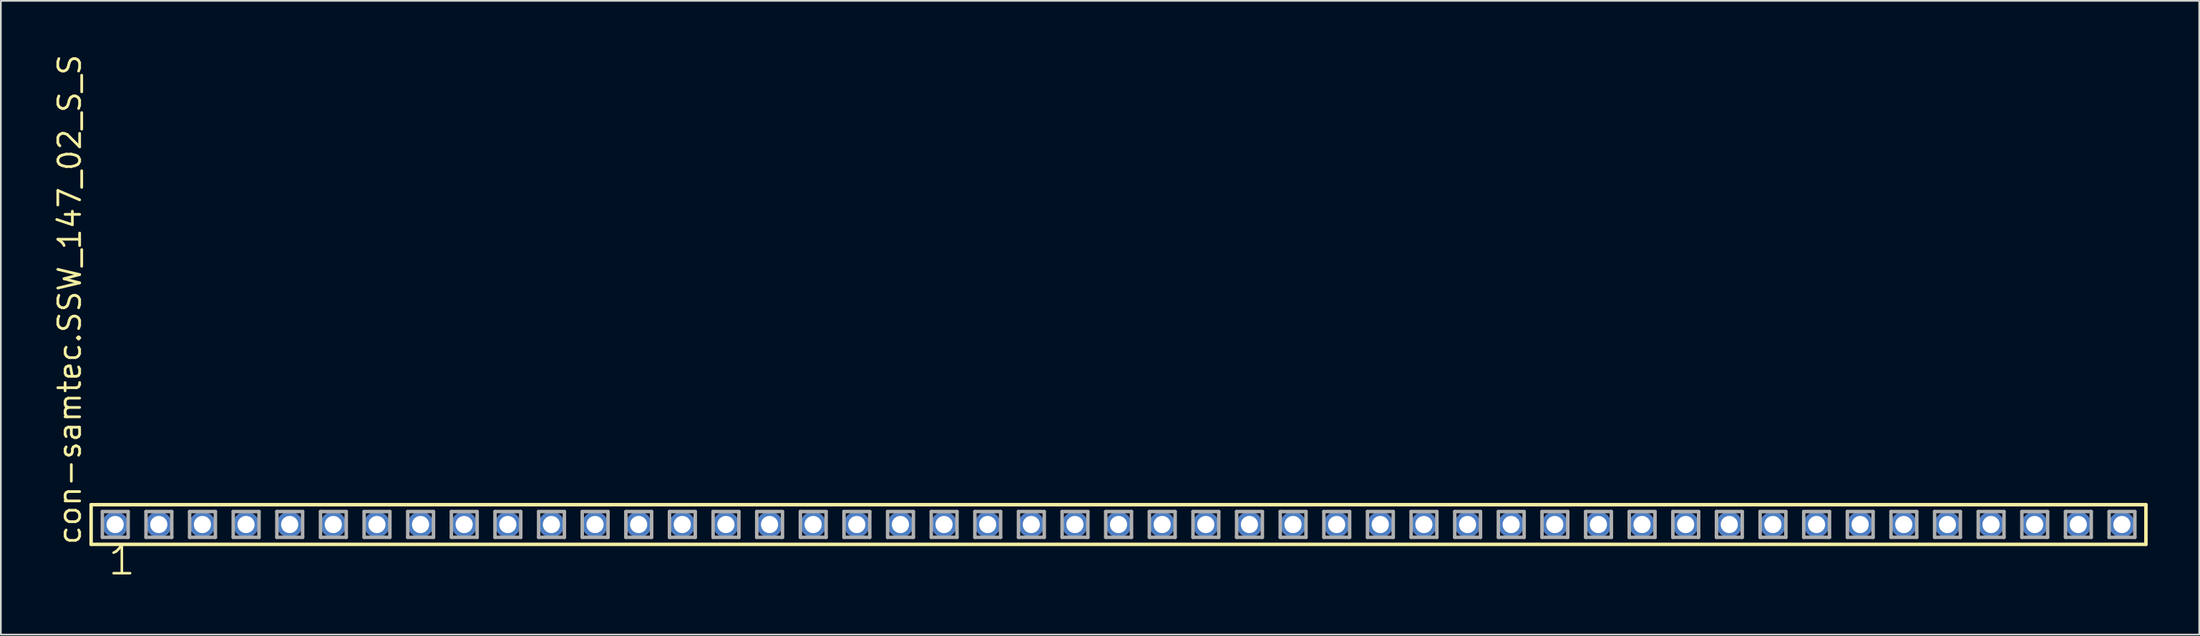
<source format=kicad_pcb>
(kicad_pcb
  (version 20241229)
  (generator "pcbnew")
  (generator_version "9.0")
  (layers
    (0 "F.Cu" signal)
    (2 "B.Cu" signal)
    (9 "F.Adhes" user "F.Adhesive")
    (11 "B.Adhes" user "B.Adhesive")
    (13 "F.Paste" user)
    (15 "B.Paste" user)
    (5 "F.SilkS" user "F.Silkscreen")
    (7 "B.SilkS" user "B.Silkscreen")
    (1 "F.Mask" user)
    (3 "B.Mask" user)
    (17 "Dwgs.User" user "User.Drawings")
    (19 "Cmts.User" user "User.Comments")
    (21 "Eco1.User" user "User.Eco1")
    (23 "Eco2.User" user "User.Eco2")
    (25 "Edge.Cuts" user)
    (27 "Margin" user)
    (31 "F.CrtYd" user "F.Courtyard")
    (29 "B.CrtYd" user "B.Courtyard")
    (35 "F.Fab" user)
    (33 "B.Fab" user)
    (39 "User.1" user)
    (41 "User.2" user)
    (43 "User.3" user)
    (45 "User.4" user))
  (footprint "con-samtec.SSW_147_02_S_S"
    (layer "F.Cu")
    (at 62.075 27.501)
    (property "Reference" "con-samtec.SSW_147_02_S_S" (at -60.325 1.27 90) (layer "F.SilkS") (effects (font (size 1.27 1.27) (thickness 0.16)) (justify left bottom)))
    (attr through_hole)
    (fp_line (start -59.819 -1.155) (end 59.819 -1.155) (stroke (width 0.203) (type default)) (layer "F.SilkS"))
    (fp_line (start -59.819 1.155) (end -59.819 -1.155) (stroke (width 0.203) (type default)) (layer "F.SilkS"))
    (fp_line (start 59.819 -1.155) (end 59.819 1.155) (stroke (width 0.203) (type default)) (layer "F.SilkS"))
    (fp_line (start 59.819 1.155) (end -59.819 1.155) (stroke (width 0.203) (type default)) (layer "F.SilkS"))
    (fp_line (start -59.165 -0.755) (end -57.665 -0.755) (stroke (width 0.203) (type default)) (layer "F.Fab"))
    (fp_line (start -59.165 0.745) (end -59.165 -0.755) (stroke (width 0.203) (type default)) (layer "F.Fab"))
    (fp_line (start -57.665 -0.755) (end -57.665 0.745) (stroke (width 0.203) (type default)) (layer "F.Fab"))
    (fp_line (start -57.665 0.745) (end -59.165 0.745) (stroke (width 0.203) (type default)) (layer "F.Fab"))
    (fp_line (start -56.625 -0.755) (end -55.125 -0.755) (stroke (width 0.203) (type default)) (layer "F.Fab"))
    (fp_line (start -56.625 0.745) (end -56.625 -0.755) (stroke (width 0.203) (type default)) (layer "F.Fab"))
    (fp_line (start -55.125 -0.755) (end -55.125 0.745) (stroke (width 0.203) (type default)) (layer "F.Fab"))
    (fp_line (start -55.125 0.745) (end -56.625 0.745) (stroke (width 0.203) (type default)) (layer "F.Fab"))
    (fp_line (start -54.085 -0.755) (end -52.585 -0.755) (stroke (width 0.203) (type default)) (layer "F.Fab"))
    (fp_line (start -54.085 0.745) (end -54.085 -0.755) (stroke (width 0.203) (type default)) (layer "F.Fab"))
    (fp_line (start -52.585 -0.755) (end -52.585 0.745) (stroke (width 0.203) (type default)) (layer "F.Fab"))
    (fp_line (start -52.585 0.745) (end -54.085 0.745) (stroke (width 0.203) (type default)) (layer "F.Fab"))
    (fp_line (start -51.545 -0.755) (end -50.045 -0.755) (stroke (width 0.203) (type default)) (layer "F.Fab"))
    (fp_line (start -51.545 0.745) (end -51.545 -0.755) (stroke (width 0.203) (type default)) (layer "F.Fab"))
    (fp_line (start -50.045 -0.755) (end -50.045 0.745) (stroke (width 0.203) (type default)) (layer "F.Fab"))
    (fp_line (start -50.045 0.745) (end -51.545 0.745) (stroke (width 0.203) (type default)) (layer "F.Fab"))
    (fp_line (start -49.005 -0.755) (end -47.505 -0.755) (stroke (width 0.203) (type default)) (layer "F.Fab"))
    (fp_line (start -49.005 0.745) (end -49.005 -0.755) (stroke (width 0.203) (type default)) (layer "F.Fab"))
    (fp_line (start -47.505 -0.755) (end -47.505 0.745) (stroke (width 0.203) (type default)) (layer "F.Fab"))
    (fp_line (start -47.505 0.745) (end -49.005 0.745) (stroke (width 0.203) (type default)) (layer "F.Fab"))
    (fp_line (start -46.465 -0.755) (end -44.965 -0.755) (stroke (width 0.203) (type default)) (layer "F.Fab"))
    (fp_line (start -46.465 0.745) (end -46.465 -0.755) (stroke (width 0.203) (type default)) (layer "F.Fab"))
    (fp_line (start -44.965 -0.755) (end -44.965 0.745) (stroke (width 0.203) (type default)) (layer "F.Fab"))
    (fp_line (start -44.965 0.745) (end -46.465 0.745) (stroke (width 0.203) (type default)) (layer "F.Fab"))
    (fp_line (start -43.925 -0.755) (end -42.425 -0.755) (stroke (width 0.203) (type default)) (layer "F.Fab"))
    (fp_line (start -43.925 0.745) (end -43.925 -0.755) (stroke (width 0.203) (type default)) (layer "F.Fab"))
    (fp_line (start -42.425 -0.755) (end -42.425 0.745) (stroke (width 0.203) (type default)) (layer "F.Fab"))
    (fp_line (start -42.425 0.745) (end -43.925 0.745) (stroke (width 0.203) (type default)) (layer "F.Fab"))
    (fp_line (start -41.385 -0.755) (end -39.885 -0.755) (stroke (width 0.203) (type default)) (layer "F.Fab"))
    (fp_line (start -41.385 0.745) (end -41.385 -0.755) (stroke (width 0.203) (type default)) (layer "F.Fab"))
    (fp_line (start -39.885 -0.755) (end -39.885 0.745) (stroke (width 0.203) (type default)) (layer "F.Fab"))
    (fp_line (start -39.885 0.745) (end -41.385 0.745) (stroke (width 0.203) (type default)) (layer "F.Fab"))
    (fp_line (start -38.845 -0.755) (end -37.345 -0.755) (stroke (width 0.203) (type default)) (layer "F.Fab"))
    (fp_line (start -38.845 0.745) (end -38.845 -0.755) (stroke (width 0.203) (type default)) (layer "F.Fab"))
    (fp_line (start -37.345 -0.755) (end -37.345 0.745) (stroke (width 0.203) (type default)) (layer "F.Fab"))
    (fp_line (start -37.345 0.745) (end -38.845 0.745) (stroke (width 0.203) (type default)) (layer "F.Fab"))
    (fp_line (start -36.305 -0.755) (end -34.805 -0.755) (stroke (width 0.203) (type default)) (layer "F.Fab"))
    (fp_line (start -36.305 0.745) (end -36.305 -0.755) (stroke (width 0.203) (type default)) (layer "F.Fab"))
    (fp_line (start -34.805 -0.755) (end -34.805 0.745) (stroke (width 0.203) (type default)) (layer "F.Fab"))
    (fp_line (start -34.805 0.745) (end -36.305 0.745) (stroke (width 0.203) (type default)) (layer "F.Fab"))
    (fp_line (start -33.765 -0.755) (end -32.265 -0.755) (stroke (width 0.203) (type default)) (layer "F.Fab"))
    (fp_line (start -33.765 0.745) (end -33.765 -0.755) (stroke (width 0.203) (type default)) (layer "F.Fab"))
    (fp_line (start -32.265 -0.755) (end -32.265 0.745) (stroke (width 0.203) (type default)) (layer "F.Fab"))
    (fp_line (start -32.265 0.745) (end -33.765 0.745) (stroke (width 0.203) (type default)) (layer "F.Fab"))
    (fp_line (start -31.225 -0.755) (end -29.725 -0.755) (stroke (width 0.203) (type default)) (layer "F.Fab"))
    (fp_line (start -31.225 0.745) (end -31.225 -0.755) (stroke (width 0.203) (type default)) (layer "F.Fab"))
    (fp_line (start -29.725 -0.755) (end -29.725 0.745) (stroke (width 0.203) (type default)) (layer "F.Fab"))
    (fp_line (start -29.725 0.745) (end -31.225 0.745) (stroke (width 0.203) (type default)) (layer "F.Fab"))
    (fp_line (start -28.685 -0.755) (end -27.185 -0.755) (stroke (width 0.203) (type default)) (layer "F.Fab"))
    (fp_line (start -28.685 0.745) (end -28.685 -0.755) (stroke (width 0.203) (type default)) (layer "F.Fab"))
    (fp_line (start -27.185 -0.755) (end -27.185 0.745) (stroke (width 0.203) (type default)) (layer "F.Fab"))
    (fp_line (start -27.185 0.745) (end -28.685 0.745) (stroke (width 0.203) (type default)) (layer "F.Fab"))
    (fp_line (start -26.145 -0.755) (end -24.645 -0.755) (stroke (width 0.203) (type default)) (layer "F.Fab"))
    (fp_line (start -26.145 0.745) (end -26.145 -0.755) (stroke (width 0.203) (type default)) (layer "F.Fab"))
    (fp_line (start -24.645 -0.755) (end -24.645 0.745) (stroke (width 0.203) (type default)) (layer "F.Fab"))
    (fp_line (start -24.645 0.745) (end -26.145 0.745) (stroke (width 0.203) (type default)) (layer "F.Fab"))
    (fp_line (start -23.605 -0.755) (end -22.105 -0.755) (stroke (width 0.203) (type default)) (layer "F.Fab"))
    (fp_line (start -23.605 0.745) (end -23.605 -0.755) (stroke (width 0.203) (type default)) (layer "F.Fab"))
    (fp_line (start -22.105 -0.755) (end -22.105 0.745) (stroke (width 0.203) (type default)) (layer "F.Fab"))
    (fp_line (start -22.105 0.745) (end -23.605 0.745) (stroke (width 0.203) (type default)) (layer "F.Fab"))
    (fp_line (start -21.065 -0.755) (end -19.565 -0.755) (stroke (width 0.203) (type default)) (layer "F.Fab"))
    (fp_line (start -21.065 0.745) (end -21.065 -0.755) (stroke (width 0.203) (type default)) (layer "F.Fab"))
    (fp_line (start -19.565 -0.755) (end -19.565 0.745) (stroke (width 0.203) (type default)) (layer "F.Fab"))
    (fp_line (start -19.565 0.745) (end -21.065 0.745) (stroke (width 0.203) (type default)) (layer "F.Fab"))
    (fp_line (start -18.525 -0.755) (end -17.025 -0.755) (stroke (width 0.203) (type default)) (layer "F.Fab"))
    (fp_line (start -18.525 0.745) (end -18.525 -0.755) (stroke (width 0.203) (type default)) (layer "F.Fab"))
    (fp_line (start -17.025 -0.755) (end -17.025 0.745) (stroke (width 0.203) (type default)) (layer "F.Fab"))
    (fp_line (start -17.025 0.745) (end -18.525 0.745) (stroke (width 0.203) (type default)) (layer "F.Fab"))
    (fp_line (start -15.985 -0.755) (end -14.485 -0.755) (stroke (width 0.203) (type default)) (layer "F.Fab"))
    (fp_line (start -15.985 0.745) (end -15.985 -0.755) (stroke (width 0.203) (type default)) (layer "F.Fab"))
    (fp_line (start -14.485 -0.755) (end -14.485 0.745) (stroke (width 0.203) (type default)) (layer "F.Fab"))
    (fp_line (start -14.485 0.745) (end -15.985 0.745) (stroke (width 0.203) (type default)) (layer "F.Fab"))
    (fp_line (start -13.445 -0.755) (end -11.945 -0.755) (stroke (width 0.203) (type default)) (layer "F.Fab"))
    (fp_line (start -13.445 0.745) (end -13.445 -0.755) (stroke (width 0.203) (type default)) (layer "F.Fab"))
    (fp_line (start -11.945 -0.755) (end -11.945 0.745) (stroke (width 0.203) (type default)) (layer "F.Fab"))
    (fp_line (start -11.945 0.745) (end -13.445 0.745) (stroke (width 0.203) (type default)) (layer "F.Fab"))
    (fp_line (start -10.905 -0.755) (end -9.405 -0.755) (stroke (width 0.203) (type default)) (layer "F.Fab"))
    (fp_line (start -10.905 0.745) (end -10.905 -0.755) (stroke (width 0.203) (type default)) (layer "F.Fab"))
    (fp_line (start -9.405 -0.755) (end -9.405 0.745) (stroke (width 0.203) (type default)) (layer "F.Fab"))
    (fp_line (start -9.405 0.745) (end -10.905 0.745) (stroke (width 0.203) (type default)) (layer "F.Fab"))
    (fp_line (start -8.365 -0.755) (end -6.865 -0.755) (stroke (width 0.203) (type default)) (layer "F.Fab"))
    (fp_line (start -8.365 0.745) (end -8.365 -0.755) (stroke (width 0.203) (type default)) (layer "F.Fab"))
    (fp_line (start -6.865 -0.755) (end -6.865 0.745) (stroke (width 0.203) (type default)) (layer "F.Fab"))
    (fp_line (start -6.865 0.745) (end -8.365 0.745) (stroke (width 0.203) (type default)) (layer "F.Fab"))
    (fp_line (start -5.825 -0.755) (end -4.325 -0.755) (stroke (width 0.203) (type default)) (layer "F.Fab"))
    (fp_line (start -5.825 0.745) (end -5.825 -0.755) (stroke (width 0.203) (type default)) (layer "F.Fab"))
    (fp_line (start -4.325 -0.755) (end -4.325 0.745) (stroke (width 0.203) (type default)) (layer "F.Fab"))
    (fp_line (start -4.325 0.745) (end -5.825 0.745) (stroke (width 0.203) (type default)) (layer "F.Fab"))
    (fp_line (start -3.285 -0.755) (end -1.785 -0.755) (stroke (width 0.203) (type default)) (layer "F.Fab"))
    (fp_line (start -3.285 0.745) (end -3.285 -0.755) (stroke (width 0.203) (type default)) (layer "F.Fab"))
    (fp_line (start -1.785 -0.755) (end -1.785 0.745) (stroke (width 0.203) (type default)) (layer "F.Fab"))
    (fp_line (start -1.785 0.745) (end -3.285 0.745) (stroke (width 0.203) (type default)) (layer "F.Fab"))
    (fp_line (start -0.745 -0.755) (end 0.755 -0.755) (stroke (width 0.203) (type default)) (layer "F.Fab"))
    (fp_line (start -0.745 0.745) (end -0.745 -0.755) (stroke (width 0.203) (type default)) (layer "F.Fab"))
    (fp_line (start 0.755 -0.755) (end 0.755 0.745) (stroke (width 0.203) (type default)) (layer "F.Fab"))
    (fp_line (start 0.755 0.745) (end -0.745 0.745) (stroke (width 0.203) (type default)) (layer "F.Fab"))
    (fp_line (start 1.795 -0.755) (end 3.295 -0.755) (stroke (width 0.203) (type default)) (layer "F.Fab"))
    (fp_line (start 1.795 0.745) (end 1.795 -0.755) (stroke (width 0.203) (type default)) (layer "F.Fab"))
    (fp_line (start 3.295 -0.755) (end 3.295 0.745) (stroke (width 0.203) (type default)) (layer "F.Fab"))
    (fp_line (start 3.295 0.745) (end 1.795 0.745) (stroke (width 0.203) (type default)) (layer "F.Fab"))
    (fp_line (start 4.335 -0.755) (end 5.835 -0.755) (stroke (width 0.203) (type default)) (layer "F.Fab"))
    (fp_line (start 4.335 0.745) (end 4.335 -0.755) (stroke (width 0.203) (type default)) (layer "F.Fab"))
    (fp_line (start 5.835 -0.755) (end 5.835 0.745) (stroke (width 0.203) (type default)) (layer "F.Fab"))
    (fp_line (start 5.835 0.745) (end 4.335 0.745) (stroke (width 0.203) (type default)) (layer "F.Fab"))
    (fp_line (start 6.875 -0.755) (end 8.375 -0.755) (stroke (width 0.203) (type default)) (layer "F.Fab"))
    (fp_line (start 6.875 0.745) (end 6.875 -0.755) (stroke (width 0.203) (type default)) (layer "F.Fab"))
    (fp_line (start 8.375 -0.755) (end 8.375 0.745) (stroke (width 0.203) (type default)) (layer "F.Fab"))
    (fp_line (start 8.375 0.745) (end 6.875 0.745) (stroke (width 0.203) (type default)) (layer "F.Fab"))
    (fp_line (start 9.415 -0.755) (end 10.915 -0.755) (stroke (width 0.203) (type default)) (layer "F.Fab"))
    (fp_line (start 9.415 0.745) (end 9.415 -0.755) (stroke (width 0.203) (type default)) (layer "F.Fab"))
    (fp_line (start 10.915 -0.755) (end 10.915 0.745) (stroke (width 0.203) (type default)) (layer "F.Fab"))
    (fp_line (start 10.915 0.745) (end 9.415 0.745) (stroke (width 0.203) (type default)) (layer "F.Fab"))
    (fp_line (start 11.955 -0.755) (end 13.455 -0.755) (stroke (width 0.203) (type default)) (layer "F.Fab"))
    (fp_line (start 11.955 0.745) (end 11.955 -0.755) (stroke (width 0.203) (type default)) (layer "F.Fab"))
    (fp_line (start 13.455 -0.755) (end 13.455 0.745) (stroke (width 0.203) (type default)) (layer "F.Fab"))
    (fp_line (start 13.455 0.745) (end 11.955 0.745) (stroke (width 0.203) (type default)) (layer "F.Fab"))
    (fp_line (start 14.495 -0.755) (end 15.995 -0.755) (stroke (width 0.203) (type default)) (layer "F.Fab"))
    (fp_line (start 14.495 0.745) (end 14.495 -0.755) (stroke (width 0.203) (type default)) (layer "F.Fab"))
    (fp_line (start 15.995 -0.755) (end 15.995 0.745) (stroke (width 0.203) (type default)) (layer "F.Fab"))
    (fp_line (start 15.995 0.745) (end 14.495 0.745) (stroke (width 0.203) (type default)) (layer "F.Fab"))
    (fp_line (start 17.035 -0.755) (end 18.535 -0.755) (stroke (width 0.203) (type default)) (layer "F.Fab"))
    (fp_line (start 17.035 0.745) (end 17.035 -0.755) (stroke (width 0.203) (type default)) (layer "F.Fab"))
    (fp_line (start 18.535 -0.755) (end 18.535 0.745) (stroke (width 0.203) (type default)) (layer "F.Fab"))
    (fp_line (start 18.535 0.745) (end 17.035 0.745) (stroke (width 0.203) (type default)) (layer "F.Fab"))
    (fp_line (start 19.575 -0.755) (end 21.075 -0.755) (stroke (width 0.203) (type default)) (layer "F.Fab"))
    (fp_line (start 19.575 0.745) (end 19.575 -0.755) (stroke (width 0.203) (type default)) (layer "F.Fab"))
    (fp_line (start 21.075 -0.755) (end 21.075 0.745) (stroke (width 0.203) (type default)) (layer "F.Fab"))
    (fp_line (start 21.075 0.745) (end 19.575 0.745) (stroke (width 0.203) (type default)) (layer "F.Fab"))
    (fp_line (start 22.115 -0.755) (end 23.615 -0.755) (stroke (width 0.203) (type default)) (layer "F.Fab"))
    (fp_line (start 22.115 0.745) (end 22.115 -0.755) (stroke (width 0.203) (type default)) (layer "F.Fab"))
    (fp_line (start 23.615 -0.755) (end 23.615 0.745) (stroke (width 0.203) (type default)) (layer "F.Fab"))
    (fp_line (start 23.615 0.745) (end 22.115 0.745) (stroke (width 0.203) (type default)) (layer "F.Fab"))
    (fp_line (start 24.655 -0.755) (end 26.155 -0.755) (stroke (width 0.203) (type default)) (layer "F.Fab"))
    (fp_line (start 24.655 0.745) (end 24.655 -0.755) (stroke (width 0.203) (type default)) (layer "F.Fab"))
    (fp_line (start 26.155 -0.755) (end 26.155 0.745) (stroke (width 0.203) (type default)) (layer "F.Fab"))
    (fp_line (start 26.155 0.745) (end 24.655 0.745) (stroke (width 0.203) (type default)) (layer "F.Fab"))
    (fp_line (start 27.195 -0.755) (end 28.695 -0.755) (stroke (width 0.203) (type default)) (layer "F.Fab"))
    (fp_line (start 27.195 0.745) (end 27.195 -0.755) (stroke (width 0.203) (type default)) (layer "F.Fab"))
    (fp_line (start 28.695 -0.755) (end 28.695 0.745) (stroke (width 0.203) (type default)) (layer "F.Fab"))
    (fp_line (start 28.695 0.745) (end 27.195 0.745) (stroke (width 0.203) (type default)) (layer "F.Fab"))
    (fp_line (start 29.735 -0.755) (end 31.235 -0.755) (stroke (width 0.203) (type default)) (layer "F.Fab"))
    (fp_line (start 29.735 0.745) (end 29.735 -0.755) (stroke (width 0.203) (type default)) (layer "F.Fab"))
    (fp_line (start 31.235 -0.755) (end 31.235 0.745) (stroke (width 0.203) (type default)) (layer "F.Fab"))
    (fp_line (start 31.235 0.745) (end 29.735 0.745) (stroke (width 0.203) (type default)) (layer "F.Fab"))
    (fp_line (start 32.275 -0.755) (end 33.775 -0.755) (stroke (width 0.203) (type default)) (layer "F.Fab"))
    (fp_line (start 32.275 0.745) (end 32.275 -0.755) (stroke (width 0.203) (type default)) (layer "F.Fab"))
    (fp_line (start 33.775 -0.755) (end 33.775 0.745) (stroke (width 0.203) (type default)) (layer "F.Fab"))
    (fp_line (start 33.775 0.745) (end 32.275 0.745) (stroke (width 0.203) (type default)) (layer "F.Fab"))
    (fp_line (start 34.815 -0.755) (end 36.315 -0.755) (stroke (width 0.203) (type default)) (layer "F.Fab"))
    (fp_line (start 34.815 0.745) (end 34.815 -0.755) (stroke (width 0.203) (type default)) (layer "F.Fab"))
    (fp_line (start 36.315 -0.755) (end 36.315 0.745) (stroke (width 0.203) (type default)) (layer "F.Fab"))
    (fp_line (start 36.315 0.745) (end 34.815 0.745) (stroke (width 0.203) (type default)) (layer "F.Fab"))
    (fp_line (start 37.355 -0.755) (end 38.855 -0.755) (stroke (width 0.203) (type default)) (layer "F.Fab"))
    (fp_line (start 37.355 0.745) (end 37.355 -0.755) (stroke (width 0.203) (type default)) (layer "F.Fab"))
    (fp_line (start 38.855 -0.755) (end 38.855 0.745) (stroke (width 0.203) (type default)) (layer "F.Fab"))
    (fp_line (start 38.855 0.745) (end 37.355 0.745) (stroke (width 0.203) (type default)) (layer "F.Fab"))
    (fp_line (start 39.895 -0.755) (end 41.395 -0.755) (stroke (width 0.203) (type default)) (layer "F.Fab"))
    (fp_line (start 39.895 0.745) (end 39.895 -0.755) (stroke (width 0.203) (type default)) (layer "F.Fab"))
    (fp_line (start 41.395 -0.755) (end 41.395 0.745) (stroke (width 0.203) (type default)) (layer "F.Fab"))
    (fp_line (start 41.395 0.745) (end 39.895 0.745) (stroke (width 0.203) (type default)) (layer "F.Fab"))
    (fp_line (start 42.435 -0.755) (end 43.935 -0.755) (stroke (width 0.203) (type default)) (layer "F.Fab"))
    (fp_line (start 42.435 0.745) (end 42.435 -0.755) (stroke (width 0.203) (type default)) (layer "F.Fab"))
    (fp_line (start 43.935 -0.755) (end 43.935 0.745) (stroke (width 0.203) (type default)) (layer "F.Fab"))
    (fp_line (start 43.935 0.745) (end 42.435 0.745) (stroke (width 0.203) (type default)) (layer "F.Fab"))
    (fp_line (start 44.975 -0.755) (end 46.475 -0.755) (stroke (width 0.203) (type default)) (layer "F.Fab"))
    (fp_line (start 44.975 0.745) (end 44.975 -0.755) (stroke (width 0.203) (type default)) (layer "F.Fab"))
    (fp_line (start 46.475 -0.755) (end 46.475 0.745) (stroke (width 0.203) (type default)) (layer "F.Fab"))
    (fp_line (start 46.475 0.745) (end 44.975 0.745) (stroke (width 0.203) (type default)) (layer "F.Fab"))
    (fp_line (start 47.515 -0.755) (end 49.015 -0.755) (stroke (width 0.203) (type default)) (layer "F.Fab"))
    (fp_line (start 47.515 0.745) (end 47.515 -0.755) (stroke (width 0.203) (type default)) (layer "F.Fab"))
    (fp_line (start 49.015 -0.755) (end 49.015 0.745) (stroke (width 0.203) (type default)) (layer "F.Fab"))
    (fp_line (start 49.015 0.745) (end 47.515 0.745) (stroke (width 0.203) (type default)) (layer "F.Fab"))
    (fp_line (start 50.055 -0.755) (end 51.555 -0.755) (stroke (width 0.203) (type default)) (layer "F.Fab"))
    (fp_line (start 50.055 0.745) (end 50.055 -0.755) (stroke (width 0.203) (type default)) (layer "F.Fab"))
    (fp_line (start 51.555 -0.755) (end 51.555 0.745) (stroke (width 0.203) (type default)) (layer "F.Fab"))
    (fp_line (start 51.555 0.745) (end 50.055 0.745) (stroke (width 0.203) (type default)) (layer "F.Fab"))
    (fp_line (start 52.595 -0.755) (end 54.095 -0.755) (stroke (width 0.203) (type default)) (layer "F.Fab"))
    (fp_line (start 52.595 0.745) (end 52.595 -0.755) (stroke (width 0.203) (type default)) (layer "F.Fab"))
    (fp_line (start 54.095 -0.755) (end 54.095 0.745) (stroke (width 0.203) (type default)) (layer "F.Fab"))
    (fp_line (start 54.095 0.745) (end 52.595 0.745) (stroke (width 0.203) (type default)) (layer "F.Fab"))
    (fp_line (start 55.135 -0.755) (end 56.635 -0.755) (stroke (width 0.203) (type default)) (layer "F.Fab"))
    (fp_line (start 55.135 0.745) (end 55.135 -0.755) (stroke (width 0.203) (type default)) (layer "F.Fab"))
    (fp_line (start 56.635 -0.755) (end 56.635 0.745) (stroke (width 0.203) (type default)) (layer "F.Fab"))
    (fp_line (start 56.635 0.745) (end 55.135 0.745) (stroke (width 0.203) (type default)) (layer "F.Fab"))
    (fp_line (start 57.675 -0.755) (end 59.175 -0.755) (stroke (width 0.203) (type default)) (layer "F.Fab"))
    (fp_line (start 57.675 0.745) (end 57.675 -0.755) (stroke (width 0.203) (type default)) (layer "F.Fab"))
    (fp_line (start 59.175 -0.755) (end 59.175 0.745) (stroke (width 0.203) (type default)) (layer "F.Fab"))
    (fp_line (start 59.175 0.745) (end 57.675 0.745) (stroke (width 0.203) (type default)) (layer "F.Fab"))
    (fp_text user "1" (at -58.928 3.048 0) (layer "F.SilkS") (effects (font (size 1.676 1.676) (thickness 0.15)) (justify left bottom)))
    (pad "1" thru_hole circle (at -58.42 0) (size 1.5 1.5) (drill 1) (layers "*.Cu" "*.Mask"))
    (pad "2" thru_hole circle (at -55.88 0) (size 1.5 1.5) (drill 1) (layers "*.Cu" "*.Mask"))
    (pad "3" thru_hole circle (at -53.34 0) (size 1.5 1.5) (drill 1) (layers "*.Cu" "*.Mask"))
    (pad "4" thru_hole circle (at -50.8 0) (size 1.5 1.5) (drill 1) (layers "*.Cu" "*.Mask"))
    (pad "5" thru_hole circle (at -48.26 0) (size 1.5 1.5) (drill 1) (layers "*.Cu" "*.Mask"))
    (pad "6" thru_hole circle (at -45.72 0) (size 1.5 1.5) (drill 1) (layers "*.Cu" "*.Mask"))
    (pad "7" thru_hole circle (at -43.18 0) (size 1.5 1.5) (drill 1) (layers "*.Cu" "*.Mask"))
    (pad "8" thru_hole circle (at -40.64 0) (size 1.5 1.5) (drill 1) (layers "*.Cu" "*.Mask"))
    (pad "9" thru_hole circle (at -38.1 0) (size 1.5 1.5) (drill 1) (layers "*.Cu" "*.Mask"))
    (pad "10" thru_hole circle (at -35.56 0) (size 1.5 1.5) (drill 1) (layers "*.Cu" "*.Mask"))
    (pad "11" thru_hole circle (at -33.02 0) (size 1.5 1.5) (drill 1) (layers "*.Cu" "*.Mask"))
    (pad "12" thru_hole circle (at -30.48 0) (size 1.5 1.5) (drill 1) (layers "*.Cu" "*.Mask"))
    (pad "13" thru_hole circle (at -27.94 0) (size 1.5 1.5) (drill 1) (layers "*.Cu" "*.Mask"))
    (pad "14" thru_hole circle (at -25.4 0) (size 1.5 1.5) (drill 1) (layers "*.Cu" "*.Mask"))
    (pad "15" thru_hole circle (at -22.86 0) (size 1.5 1.5) (drill 1) (layers "*.Cu" "*.Mask"))
    (pad "16" thru_hole circle (at -20.32 0) (size 1.5 1.5) (drill 1) (layers "*.Cu" "*.Mask"))
    (pad "17" thru_hole circle (at -17.78 0) (size 1.5 1.5) (drill 1) (layers "*.Cu" "*.Mask"))
    (pad "18" thru_hole circle (at -15.24 0) (size 1.5 1.5) (drill 1) (layers "*.Cu" "*.Mask"))
    (pad "19" thru_hole circle (at -12.7 0) (size 1.5 1.5) (drill 1) (layers "*.Cu" "*.Mask"))
    (pad "20" thru_hole circle (at -10.16 0) (size 1.5 1.5) (drill 1) (layers "*.Cu" "*.Mask"))
    (pad "21" thru_hole circle (at -7.62 0) (size 1.5 1.5) (drill 1) (layers "*.Cu" "*.Mask"))
    (pad "22" thru_hole circle (at -5.08 0) (size 1.5 1.5) (drill 1) (layers "*.Cu" "*.Mask"))
    (pad "23" thru_hole circle (at -2.54 0) (size 1.5 1.5) (drill 1) (layers "*.Cu" "*.Mask"))
    (pad "24" thru_hole circle (at 0 0) (size 1.5 1.5) (drill 1) (layers "*.Cu" "*.Mask"))
    (pad "25" thru_hole circle (at 2.54 0) (size 1.5 1.5) (drill 1) (layers "*.Cu" "*.Mask"))
    (pad "26" thru_hole circle (at 5.08 0) (size 1.5 1.5) (drill 1) (layers "*.Cu" "*.Mask"))
    (pad "27" thru_hole circle (at 7.62 0) (size 1.5 1.5) (drill 1) (layers "*.Cu" "*.Mask"))
    (pad "28" thru_hole circle (at 10.16 0) (size 1.5 1.5) (drill 1) (layers "*.Cu" "*.Mask"))
    (pad "29" thru_hole circle (at 12.7 0) (size 1.5 1.5) (drill 1) (layers "*.Cu" "*.Mask"))
    (pad "30" thru_hole circle (at 15.24 0) (size 1.5 1.5) (drill 1) (layers "*.Cu" "*.Mask"))
    (pad "31" thru_hole circle (at 17.78 0) (size 1.5 1.5) (drill 1) (layers "*.Cu" "*.Mask"))
    (pad "32" thru_hole circle (at 20.32 0) (size 1.5 1.5) (drill 1) (layers "*.Cu" "*.Mask"))
    (pad "33" thru_hole circle (at 22.86 0) (size 1.5 1.5) (drill 1) (layers "*.Cu" "*.Mask"))
    (pad "34" thru_hole circle (at 25.4 0) (size 1.5 1.5) (drill 1) (layers "*.Cu" "*.Mask"))
    (pad "35" thru_hole circle (at 27.94 0) (size 1.5 1.5) (drill 1) (layers "*.Cu" "*.Mask"))
    (pad "36" thru_hole circle (at 30.48 0) (size 1.5 1.5) (drill 1) (layers "*.Cu" "*.Mask"))
    (pad "37" thru_hole circle (at 33.02 0) (size 1.5 1.5) (drill 1) (layers "*.Cu" "*.Mask"))
    (pad "38" thru_hole circle (at 35.56 0) (size 1.5 1.5) (drill 1) (layers "*.Cu" "*.Mask"))
    (pad "39" thru_hole circle (at 38.1 0) (size 1.5 1.5) (drill 1) (layers "*.Cu" "*.Mask"))
    (pad "40" thru_hole circle (at 40.64 0) (size 1.5 1.5) (drill 1) (layers "*.Cu" "*.Mask"))
    (pad "41" thru_hole circle (at 43.18 0) (size 1.5 1.5) (drill 1) (layers "*.Cu" "*.Mask"))
    (pad "42" thru_hole circle (at 45.72 0) (size 1.5 1.5) (drill 1) (layers "*.Cu" "*.Mask"))
    (pad "43" thru_hole circle (at 48.26 0) (size 1.5 1.5) (drill 1) (layers "*.Cu" "*.Mask"))
    (pad "44" thru_hole circle (at 50.8 0) (size 1.5 1.5) (drill 1) (layers "*.Cu" "*.Mask"))
    (pad "45" thru_hole circle (at 53.34 0) (size 1.5 1.5) (drill 1) (layers "*.Cu" "*.Mask"))
    (pad "46" thru_hole circle (at 55.88 0) (size 1.5 1.5) (drill 1) (layers "*.Cu" "*.Mask"))
    (pad "47" thru_hole circle (at 58.42 0) (size 1.5 1.5) (drill 1) (layers "*.Cu" "*.Mask")))
  (gr_rect
    (start -3 -3)
    (end 124.996 33.91)
    (stroke (width 0.1) (type default))
    (fill no)
    (layer "Edge.Cuts")))
</source>
